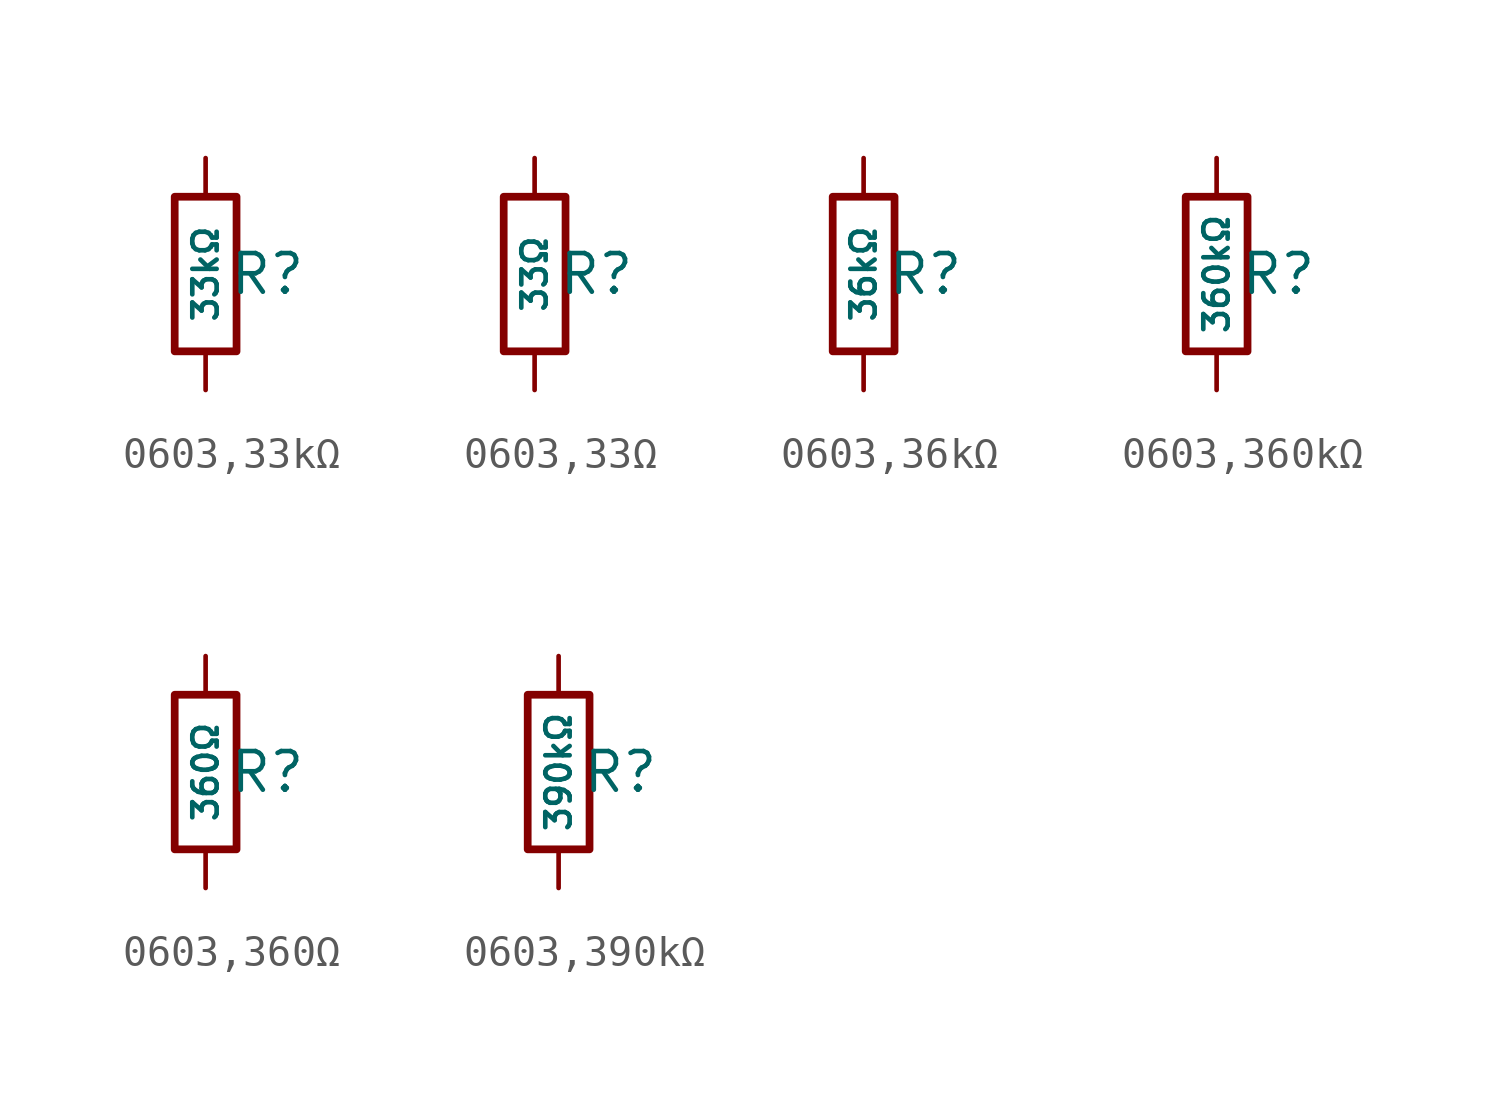
<source format=kicad_sym>
(kicad_symbol_lib
  (version 20231120)
  (generator "CDFER")
  (generator_version "8.0")
  (symbol "0603,33kΩ"
    (pin_numbers hide)
    (pin_names
      (offset 0))
    (property "Reference" "R"
      (at 2.032 0 0)
      (effects (font (size 1.27 1.27)) (hide no)))
    (property "Value" "33kΩ"
      (at 0 0 90)
      (do_not_autoplace)
      (effects (font (size 0.8 0.8)) (hide no)))
    (symbol "0603,33kΩ_0_1"
      (rectangle (start -1.016 2.54) (end 1.016 -2.54) (stroke (width 0.254) (type default)) (fill (type none))))
    (symbol "0603,33kΩ_1_1"
      (pin passive line (at 0 3.81 270) (length 1.27) (name "~" (effects (font (size 1.27 1.27)))) (number "1" (effects (font (size 1.27 1.27)))))
      (pin passive line (at 0 -3.81 90) (length 1.27) (name "~" (effects (font (size 1.27 1.27)))) (number "2" (effects (font (size 1.27 1.27)))))))
  (symbol "0603,33Ω"
    (pin_numbers hide)
    (pin_names
      (offset 0))
    (property "Reference" "R"
      (at 2.032 0 0)
      (effects (font (size 1.27 1.27)) (hide no)))
    (property "Value" "33Ω"
      (at 0 0 90)
      (do_not_autoplace)
      (effects (font (size 0.8 0.8)) (hide no)))
    (symbol "0603,33Ω_0_1"
      (rectangle (start -1.016 2.54) (end 1.016 -2.54) (stroke (width 0.254) (type default)) (fill (type none))))
    (symbol "0603,33Ω_1_1"
      (pin passive line (at 0 3.81 270) (length 1.27) (name "~" (effects (font (size 1.27 1.27)))) (number "1" (effects (font (size 1.27 1.27)))))
      (pin passive line (at 0 -3.81 90) (length 1.27) (name "~" (effects (font (size 1.27 1.27)))) (number "2" (effects (font (size 1.27 1.27)))))))
  (symbol "0603,36kΩ"
    (pin_numbers hide)
    (pin_names
      (offset 0))
    (property "Reference" "R"
      (at 2.032 0 0)
      (effects (font (size 1.27 1.27)) (hide no)))
    (property "Value" "36kΩ"
      (at 0 0 90)
      (do_not_autoplace)
      (effects (font (size 0.8 0.8)) (hide no)))
    (symbol "0603,36kΩ_0_1"
      (rectangle (start -1.016 2.54) (end 1.016 -2.54) (stroke (width 0.254) (type default)) (fill (type none))))
    (symbol "0603,36kΩ_1_1"
      (pin passive line (at 0 3.81 270) (length 1.27) (name "~" (effects (font (size 1.27 1.27)))) (number "1" (effects (font (size 1.27 1.27)))))
      (pin passive line (at 0 -3.81 90) (length 1.27) (name "~" (effects (font (size 1.27 1.27)))) (number "2" (effects (font (size 1.27 1.27)))))))
  (symbol "0603,360kΩ"
    (pin_numbers hide)
    (pin_names
      (offset 0))
    (property "Reference" "R"
      (at 2.032 0 0)
      (effects (font (size 1.27 1.27)) (hide no)))
    (property "Value" "360kΩ"
      (at 0 0 90)
      (do_not_autoplace)
      (effects (font (size 0.8 0.8)) (hide no)))
    (symbol "0603,360kΩ_0_1"
      (rectangle (start -1.016 2.54) (end 1.016 -2.54) (stroke (width 0.254) (type default)) (fill (type none))))
    (symbol "0603,360kΩ_1_1"
      (pin passive line (at 0 3.81 270) (length 1.27) (name "~" (effects (font (size 1.27 1.27)))) (number "1" (effects (font (size 1.27 1.27)))))
      (pin passive line (at 0 -3.81 90) (length 1.27) (name "~" (effects (font (size 1.27 1.27)))) (number "2" (effects (font (size 1.27 1.27)))))))
  (symbol "0603,360Ω"
    (pin_numbers hide)
    (pin_names
      (offset 0))
    (property "Reference" "R"
      (at 2.032 0 0)
      (effects (font (size 1.27 1.27)) (hide no)))
    (property "Value" "360Ω"
      (at 0 0 90)
      (do_not_autoplace)
      (effects (font (size 0.8 0.8)) (hide no)))
    (symbol "0603,360Ω_0_1"
      (rectangle (start -1.016 2.54) (end 1.016 -2.54) (stroke (width 0.254) (type default)) (fill (type none))))
    (symbol "0603,360Ω_1_1"
      (pin passive line (at 0 3.81 270) (length 1.27) (name "~" (effects (font (size 1.27 1.27)))) (number "1" (effects (font (size 1.27 1.27)))))
      (pin passive line (at 0 -3.81 90) (length 1.27) (name "~" (effects (font (size 1.27 1.27)))) (number "2" (effects (font (size 1.27 1.27)))))))
  (symbol "0603,390kΩ"
    (pin_numbers hide)
    (pin_names
      (offset 0))
    (property "Reference" "R"
      (at 2.032 0 0)
      (effects (font (size 1.27 1.27)) (hide no)))
    (property "Value" "390kΩ"
      (at 0 0 90)
      (do_not_autoplace)
      (effects (font (size 0.8 0.8)) (hide no)))
    (symbol "0603,390kΩ_0_1"
      (rectangle (start -1.016 2.54) (end 1.016 -2.54) (stroke (width 0.254) (type default)) (fill (type none))))
    (symbol "0603,390kΩ_1_1"
      (pin passive line (at 0 3.81 270) (length 1.27) (name "~" (effects (font (size 1.27 1.27)))) (number "1" (effects (font (size 1.27 1.27)))))
      (pin passive line (at 0 -3.81 90) (length 1.27) (name "~" (effects (font (size 1.27 1.27)))) (number "2" (effects (font (size 1.27 1.27))))))))
</source>
